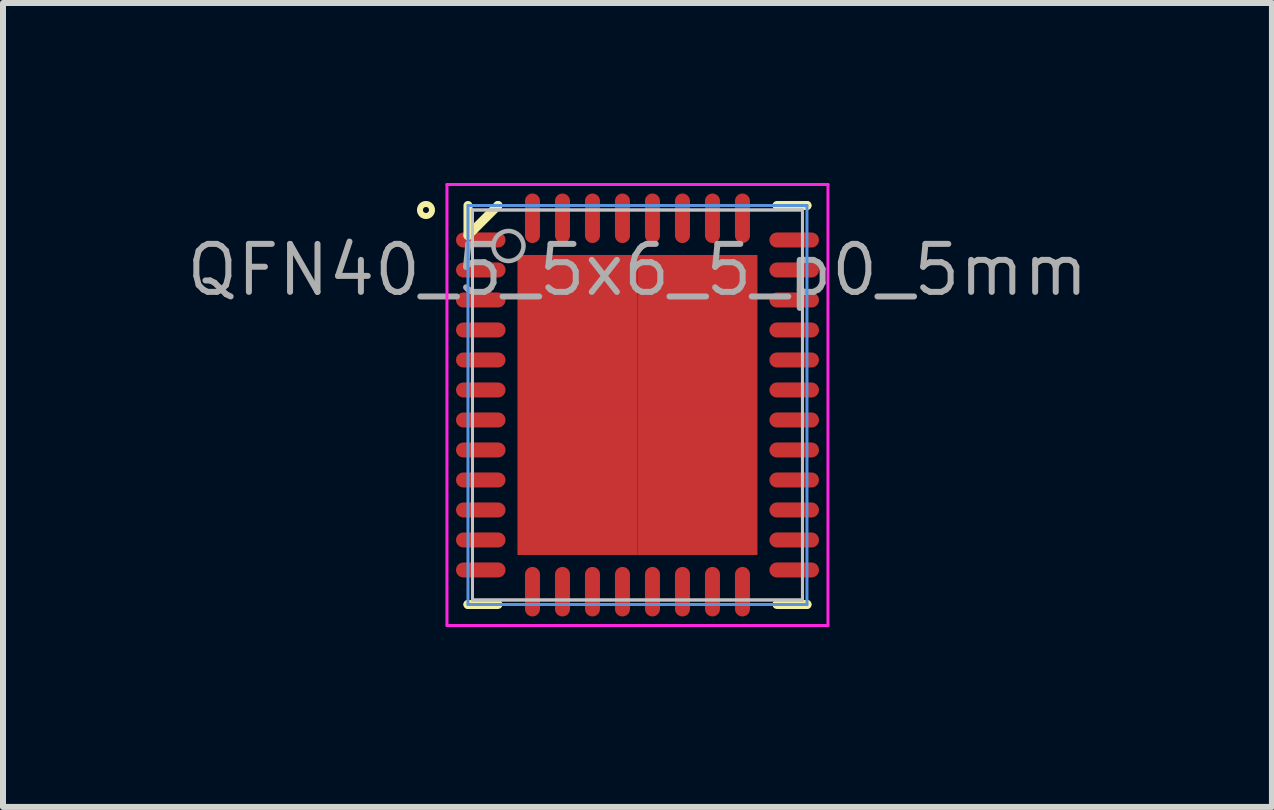
<source format=kicad_pcb>
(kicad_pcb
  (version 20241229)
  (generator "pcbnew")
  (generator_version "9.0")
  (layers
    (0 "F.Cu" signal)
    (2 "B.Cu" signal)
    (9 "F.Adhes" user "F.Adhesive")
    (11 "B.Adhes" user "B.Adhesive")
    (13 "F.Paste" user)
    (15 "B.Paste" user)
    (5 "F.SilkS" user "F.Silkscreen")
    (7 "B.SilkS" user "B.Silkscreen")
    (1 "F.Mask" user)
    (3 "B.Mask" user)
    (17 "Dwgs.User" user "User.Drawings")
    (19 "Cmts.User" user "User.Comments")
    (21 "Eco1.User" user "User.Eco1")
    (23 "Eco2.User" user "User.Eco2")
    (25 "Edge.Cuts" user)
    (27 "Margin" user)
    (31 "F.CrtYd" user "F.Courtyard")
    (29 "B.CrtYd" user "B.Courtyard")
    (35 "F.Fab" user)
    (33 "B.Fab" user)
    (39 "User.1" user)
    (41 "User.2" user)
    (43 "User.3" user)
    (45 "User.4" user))
  (footprint "QFN40_5_5x6_5_p0_5mm"
    (layer "F.Cu")
    (at 7.575 3.7)
    (property "Reference" "QFN40_5_5x6_5_p0_5mm" (at 0 -2.25 0) (layer "F.Fab") (effects (font (size 0.8 0.8) (thickness 0.1))))
    (attr through_hole)
    (fp_line (start -2.825 -2.825) (end -2.825 -3.325) (stroke (width 0.15) (type solid)) (layer "F.SilkS"))
    (fp_line (start -2.825 -2.825) (end -2.325 -3.325) (stroke (width 0.15) (type solid)) (layer "F.SilkS"))
    (fp_line (start -2.825 3.325) (end -2.825 3.325) (stroke (width 0.15) (type solid)) (layer "F.SilkS"))
    (fp_line (start -2.825 3.325) (end -2.325 3.325) (stroke (width 0.15) (type solid)) (layer "F.SilkS"))
    (fp_line (start -2.325 -3.325) (end -2.325 -3.325) (stroke (width 0.15) (type solid)) (layer "F.SilkS"))
    (fp_line (start 2.825 -3.325) (end 2.325 -3.325) (stroke (width 0.15) (type solid)) (layer "F.SilkS"))
    (fp_line (start 2.825 -3.325) (end 2.825 -3.325) (stroke (width 0.15) (type solid)) (layer "F.SilkS"))
    (fp_line (start 2.825 3.325) (end 2.325 3.325) (stroke (width 0.15) (type solid)) (layer "F.SilkS"))
    (fp_line (start 2.825 3.325) (end 2.825 3.325) (stroke (width 0.15) (type solid)) (layer "F.SilkS"))
    (fp_circle (center -3.525 -3.25) (end -3.454 -3.179) (stroke (width 0.1) (type solid)) (fill no) (layer "F.SilkS"))
    (fp_line (start -2.75 -3.25) (end -2.75 3.25) (stroke (width 0.05) (type solid)) (layer "Dwgs.User"))
    (fp_line (start -2.75 -3.25) (end 2.75 -3.25) (stroke (width 0.05) (type solid)) (layer "Dwgs.User"))
    (fp_line (start -2.75 3.25) (end 2.75 3.25) (stroke (width 0.05) (type solid)) (layer "Dwgs.User"))
    (fp_line (start 2.75 -3.25) (end 2.75 3.25) (stroke (width 0.05) (type solid)) (layer "Dwgs.User"))
    (fp_line (start -2.825 -3.325) (end -2.825 3.325) (stroke (width 0.05) (type solid)) (layer "Cmts.User"))
    (fp_line (start -2.825 -3.325) (end 2.825 -3.325) (stroke (width 0.05) (type solid)) (layer "Cmts.User"))
    (fp_line (start -2.825 3.325) (end 2.825 3.325) (stroke (width 0.05) (type solid)) (layer "Cmts.User"))
    (fp_line (start 2.825 -3.325) (end 2.825 3.325) (stroke (width 0.05) (type solid)) (layer "Cmts.User"))
    (fp_line (start -2.675 -3.175) (end -2.675 3.175) (stroke (width 0.05) (type solid)) (layer "Eco1.User"))
    (fp_line (start -2.675 -3.175) (end 2.675 -3.175) (stroke (width 0.05) (type solid)) (layer "Eco1.User"))
    (fp_line (start -2.675 3.175) (end 2.675 3.175) (stroke (width 0.05) (type solid)) (layer "Eco1.User"))
    (fp_line (start 2.675 -3.175) (end 2.675 3.175) (stroke (width 0.05) (type solid)) (layer "Eco1.User"))
    (fp_line (start -3.175 -3.675) (end -3.175 3.675) (stroke (width 0.05) (type solid)) (layer "F.CrtYd"))
    (fp_line (start -3.175 -3.675) (end 3.175 -3.675) (stroke (width 0.05) (type solid)) (layer "F.CrtYd"))
    (fp_line (start -3.175 3.675) (end 3.175 3.675) (stroke (width 0.05) (type solid)) (layer "F.CrtYd"))
    (fp_line (start 3.175 -3.675) (end 3.175 3.675) (stroke (width 0.05) (type solid)) (layer "F.CrtYd"))
    (fp_line (start -2.75 -3.25) (end -2.75 3.25) (stroke (width 0.05) (type solid)) (layer "F.Fab"))
    (fp_line (start -2.75 -3.25) (end 2.75 -3.25) (stroke (width 0.05) (type solid)) (layer "F.Fab"))
    (fp_line (start -2.75 3.25) (end 2.75 3.25) (stroke (width 0.05) (type solid)) (layer "F.Fab"))
    (fp_line (start 2.75 -3.25) (end 2.75 3.25) (stroke (width 0.05) (type solid)) (layer "F.Fab"))
    (fp_circle (center -2.15 -2.65) (end -1.973 -2.473) (stroke (width 0.075) (type solid)) (fill no) (layer "F.Fab"))
    (pad "1" smd oval (at -2.612 -2.75 180) (size 0.825 0.25) (layers "F.Cu" "F.Mask" "F.Paste"))
    (pad "2" smd oval (at -2.612 -2.25 180) (size 0.825 0.25) (layers "F.Cu" "F.Mask" "F.Paste"))
    (pad "3" smd oval (at -2.612 -1.75 180) (size 0.825 0.25) (layers "F.Cu" "F.Mask" "F.Paste"))
    (pad "4" smd oval (at -2.612 -1.25 180) (size 0.825 0.25) (layers "F.Cu" "F.Mask" "F.Paste"))
    (pad "5" smd oval (at -2.612 -0.75 180) (size 0.825 0.25) (layers "F.Cu" "F.Mask" "F.Paste"))
    (pad "6" smd oval (at -2.612 -0.25 180) (size 0.825 0.25) (layers "F.Cu" "F.Mask" "F.Paste"))
    (pad "7" smd oval (at -2.612 0.25 180) (size 0.825 0.25) (layers "F.Cu" "F.Mask" "F.Paste"))
    (pad "8" smd oval (at -2.612 0.75 180) (size 0.825 0.25) (layers "F.Cu" "F.Mask" "F.Paste"))
    (pad "9" smd oval (at -2.612 1.25 180) (size 0.825 0.25) (layers "F.Cu" "F.Mask" "F.Paste"))
    (pad "10" smd oval (at -2.612 1.75 180) (size 0.825 0.25) (layers "F.Cu" "F.Mask" "F.Paste"))
    (pad "11" smd oval (at -2.612 2.25 180) (size 0.825 0.25) (layers "F.Cu" "F.Mask" "F.Paste"))
    (pad "12" smd oval (at -2.612 2.75 180) (size 0.825 0.25) (layers "F.Cu" "F.Mask" "F.Paste"))
    (pad "13" smd oval (at -1.75 3.112 270) (size 0.825 0.25) (layers "F.Cu" "F.Mask" "F.Paste"))
    (pad "14" smd oval (at -1.25 3.112 270) (size 0.825 0.25) (layers "F.Cu" "F.Mask" "F.Paste"))
    (pad "15" smd oval (at -0.75 3.112 270) (size 0.825 0.25) (layers "F.Cu" "F.Mask" "F.Paste"))
    (pad "16" smd oval (at -0.25 3.112 270) (size 0.825 0.25) (layers "F.Cu" "F.Mask" "F.Paste"))
    (pad "17" smd oval (at 0.25 3.112 270) (size 0.825 0.25) (layers "F.Cu" "F.Mask" "F.Paste"))
    (pad "18" smd oval (at 0.75 3.112 270) (size 0.825 0.25) (layers "F.Cu" "F.Mask" "F.Paste"))
    (pad "19" smd oval (at 1.25 3.112 270) (size 0.825 0.25) (layers "F.Cu" "F.Mask" "F.Paste"))
    (pad "20" smd oval (at 1.75 3.112 270) (size 0.825 0.25) (layers "F.Cu" "F.Mask" "F.Paste"))
    (pad "21" smd oval (at 2.612 2.75) (size 0.825 0.25) (layers "F.Cu" "F.Mask" "F.Paste"))
    (pad "22" smd oval (at 2.612 2.25) (size 0.825 0.25) (layers "F.Cu" "F.Mask" "F.Paste"))
    (pad "23" smd oval (at 2.612 1.75) (size 0.825 0.25) (layers "F.Cu" "F.Mask" "F.Paste"))
    (pad "24" smd oval (at 2.612 1.25) (size 0.825 0.25) (layers "F.Cu" "F.Mask" "F.Paste"))
    (pad "25" smd oval (at 2.612 0.75) (size 0.825 0.25) (layers "F.Cu" "F.Mask" "F.Paste"))
    (pad "26" smd oval (at 2.612 0.25) (size 0.825 0.25) (layers "F.Cu" "F.Mask" "F.Paste"))
    (pad "27" smd oval (at 2.612 -0.25) (size 0.825 0.25) (layers "F.Cu" "F.Mask" "F.Paste"))
    (pad "28" smd oval (at 2.612 -0.75) (size 0.825 0.25) (layers "F.Cu" "F.Mask" "F.Paste"))
    (pad "29" smd oval (at 2.612 -1.25) (size 0.825 0.25) (layers "F.Cu" "F.Mask" "F.Paste"))
    (pad "30" smd oval (at 2.612 -1.75) (size 0.825 0.25) (layers "F.Cu" "F.Mask" "F.Paste"))
    (pad "31" smd oval (at 2.612 -2.25) (size 0.825 0.25) (layers "F.Cu" "F.Mask" "F.Paste"))
    (pad "32" smd oval (at 2.612 -2.75) (size 0.825 0.25) (layers "F.Cu" "F.Mask" "F.Paste"))
    (pad "33" smd oval (at 1.75 -3.112 90) (size 0.825 0.25) (layers "F.Cu" "F.Mask" "F.Paste"))
    (pad "34" smd oval (at 1.25 -3.112 90) (size 0.825 0.25) (layers "F.Cu" "F.Mask" "F.Paste"))
    (pad "35" smd oval (at 0.75 -3.112 90) (size 0.825 0.25) (layers "F.Cu" "F.Mask" "F.Paste"))
    (pad "36" smd oval (at 0.25 -3.112 90) (size 0.825 0.25) (layers "F.Cu" "F.Mask" "F.Paste"))
    (pad "37" smd oval (at -0.25 -3.112 90) (size 0.825 0.25) (layers "F.Cu" "F.Mask" "F.Paste"))
    (pad "38" smd oval (at -0.75 -3.112 90) (size 0.825 0.25) (layers "F.Cu" "F.Mask" "F.Paste"))
    (pad "39" smd oval (at -1.25 -3.112 90) (size 0.825 0.25) (layers "F.Cu" "F.Mask" "F.Paste"))
    (pad "40" smd oval (at -1.75 -3.112 90) (size 0.825 0.25) (layers "F.Cu" "F.Mask" "F.Paste"))
    (pad "41" smd rect (at -1 -1.25) (size 2 2.5) (layers "F.Cu" "F.Mask" "F.Paste"))
    (pad "41" smd rect (at -1 1.25) (size 2 2.5) (layers "F.Cu" "F.Mask" "F.Paste"))
    (pad "41" smd rect (at 1 -1.25) (size 2 2.5) (layers "F.Cu" "F.Mask" "F.Paste"))
    (pad "41" smd rect (at 1 1.25) (size 2 2.5) (layers "F.Cu" "F.Mask" "F.Paste")))
  (gr_rect
    (start -3 -3)
    (end 18.15 10.4)
    (stroke (width 0.1) (type default))
    (fill no)
    (layer "Edge.Cuts")))
</source>
